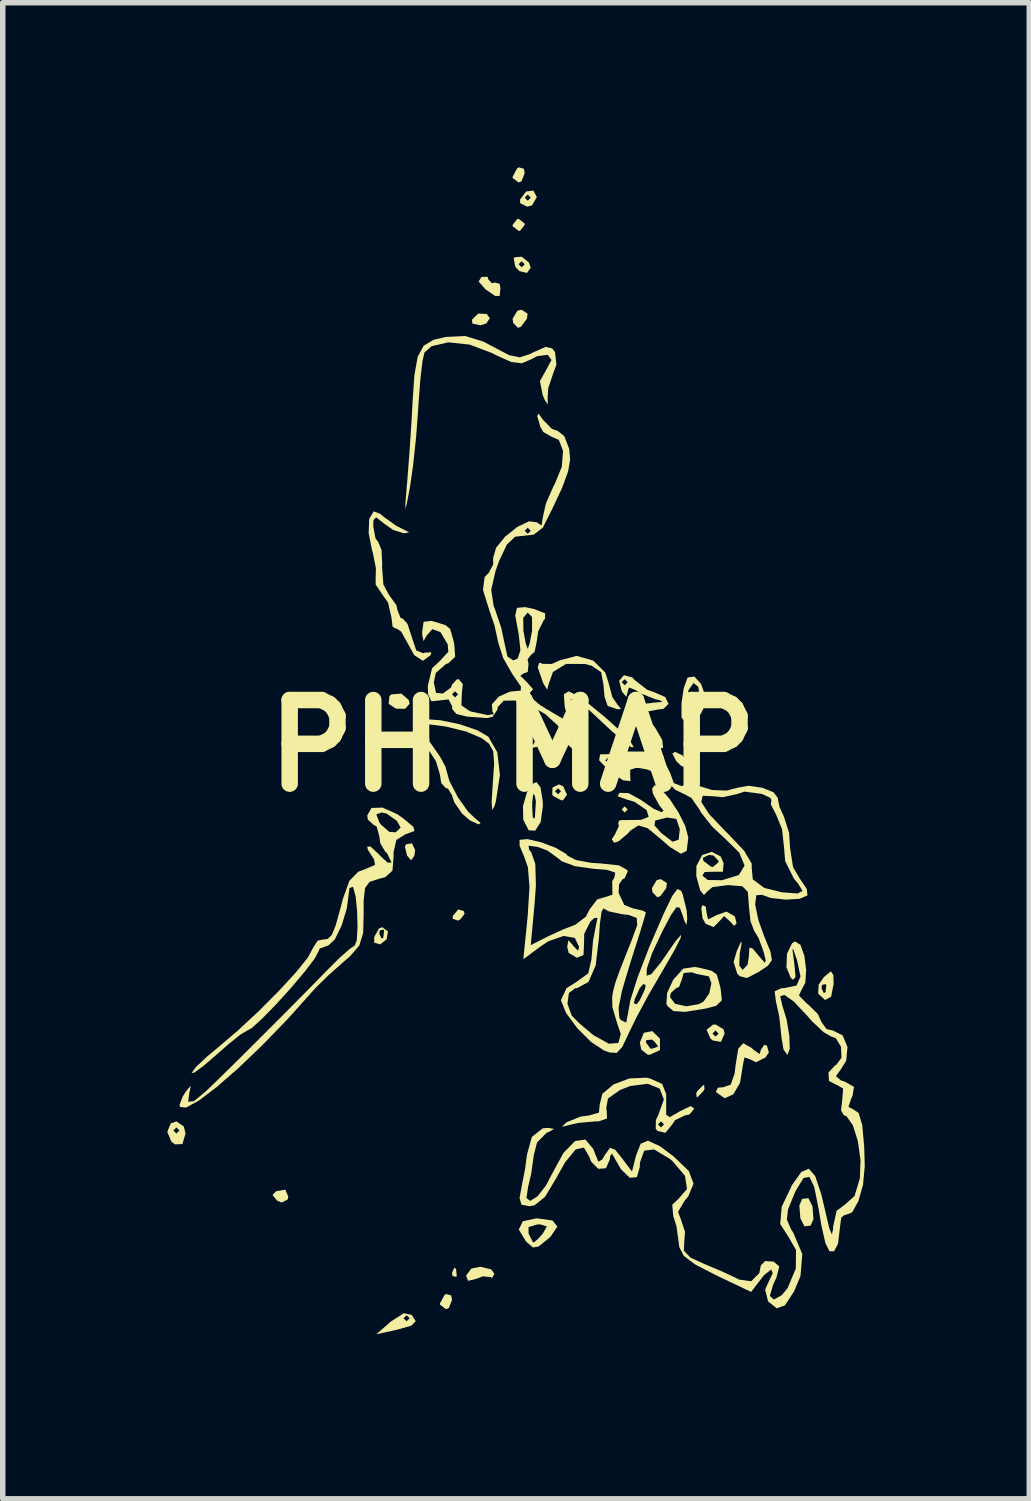
<source format=kicad_pcb>
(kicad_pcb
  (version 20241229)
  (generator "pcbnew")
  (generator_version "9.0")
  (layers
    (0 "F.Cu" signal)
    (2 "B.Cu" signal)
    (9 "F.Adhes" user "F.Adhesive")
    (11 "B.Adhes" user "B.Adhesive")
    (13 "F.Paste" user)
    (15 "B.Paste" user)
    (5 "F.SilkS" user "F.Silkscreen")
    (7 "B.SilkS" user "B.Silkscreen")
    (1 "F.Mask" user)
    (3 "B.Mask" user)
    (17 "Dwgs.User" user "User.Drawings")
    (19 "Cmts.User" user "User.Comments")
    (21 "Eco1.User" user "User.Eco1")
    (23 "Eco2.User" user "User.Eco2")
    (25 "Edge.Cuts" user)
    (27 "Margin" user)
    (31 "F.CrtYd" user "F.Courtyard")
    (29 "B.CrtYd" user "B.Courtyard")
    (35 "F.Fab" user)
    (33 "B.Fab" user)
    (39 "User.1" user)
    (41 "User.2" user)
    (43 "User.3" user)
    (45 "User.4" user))
  (footprint "PH MAP"
    (layer "F.Cu")
    (at 6.295 10.547)
    (property "Reference" "PH MAP" (at 0 0 0) (layer "F.SilkS") (effects (font (size 1.524 1.524) (thickness 0.3))))
    (attr board_only exclude_from_pos_files exclude_from_bom)
    (fp_poly (pts (xy 2.098 1.16) (xy 2.043 1.215) (xy 1.988 1.16) (xy 2.043 1.104)) (stroke (width 0) (type solid)) (fill yes) (layer "F.SilkS"))
    (fp_poly (pts (xy -1.031 9.534) (xy -1.018 9.665) (xy -1.031 9.681) (xy -1.096 9.666) (xy -1.104 9.608) (xy -1.064 9.517)) (stroke (width 0) (type solid)) (fill yes) (layer "F.SilkS"))
    (fp_poly (pts (xy -4.089 8.219) (xy -4.102 8.272) (xy -4.211 8.326) (xy -4.291 8.293) (xy -4.378 8.189) (xy -4.311 8.12) (xy -4.144 8.091)) (stroke (width 0) (type solid)) (fill yes) (layer "F.SilkS"))
    (fp_poly (pts (xy -1.777 1.9) (xy -1.79 2.003) (xy -1.851 2.086) (xy -1.923 2.003) (xy -1.964 1.84) (xy -1.944 1.796) (xy -1.834 1.778)) (stroke (width 0) (type solid)) (fill yes) (layer "F.SilkS"))
    (fp_poly (pts (xy -0.892 3.01) (xy -0.875 3.062) (xy -0.953 3.165) (xy -0.999 3.186) (xy -1.094 3.151) (xy -1.088 3.098) (xy -0.991 2.983)) (stroke (width 0) (type solid)) (fill yes) (layer "F.SilkS"))
    (fp_poly (pts (xy -0.473 -7.873) (xy -0.414 -7.796) (xy -0.481 -7.7) (xy -0.586 -7.667) (xy -0.732 -7.698) (xy -0.742 -7.767) (xy -0.626 -7.881)) (stroke (width 0) (type solid)) (fill yes) (layer "F.SilkS"))
    (fp_poly (pts (xy 3.106 0.179) (xy 3.191 0.317) (xy 3.174 0.397) (xy 3.074 0.367) (xy 2.984 0.279) (xy 2.913 0.14) (xy 2.962 0.11)) (stroke (width 0) (type solid)) (fill yes) (layer "F.SilkS"))
    (fp_poly (pts (xy -1.891 -0.832) (xy -1.877 -0.767) (xy -1.959 -0.676) (xy -2.125 -0.677) (xy -2.259 -0.765) (xy -2.245 -0.907) (xy -2.21 -0.938) (xy -2.027 -0.952)) (stroke (width 0) (type solid)) (fill yes) (layer "F.SilkS"))
    (fp_poly (pts (xy -1.12 10.019) (xy -1.104 10.098) (xy -1.162 10.249) (xy -1.215 10.27) (xy -1.322 10.191) (xy -1.325 10.167) (xy -1.245 10.017) (xy -1.215 9.994)) (stroke (width 0) (type solid)) (fill yes) (layer "F.SilkS"))
    (fp_poly (pts (xy 0.205 -10.521) (xy 0.221 -10.443) (xy 0.163 -10.292) (xy 0.11 -10.27) (xy 0.003 -10.35) (xy 0 -10.374) (xy 0.08 -10.524) (xy 0.11 -10.547)) (stroke (width 0) (type solid)) (fill yes) (layer "F.SilkS"))
    (fp_poly (pts (xy 0.218 -9.524) (xy 0.221 -9.497) (xy 0.137 -9.39) (xy 0.11 -9.387) (xy 0.003 -9.471) (xy 0 -9.497) (xy 0.084 -9.605) (xy 0.11 -9.608)) (stroke (width 0) (type solid)) (fill yes) (layer "F.SilkS"))
    (fp_poly (pts (xy 0.274 -7.878) (xy 0.261 -7.786) (xy 0.152 -7.64) (xy 0.099 -7.62) (xy 0.011 -7.71) (xy 0 -7.786) (xy 0.087 -7.932) (xy 0.162 -7.951)) (stroke (width 0) (type solid)) (fill yes) (layer "F.SilkS"))
    (fp_poly (pts (xy 2.814 2.503) (xy 2.801 2.595) (xy 2.692 2.741) (xy 2.639 2.761) (xy 2.551 2.671) (xy 2.54 2.595) (xy 2.627 2.449) (xy 2.702 2.43)) (stroke (width 0) (type solid)) (fill yes) (layer "F.SilkS"))
    (fp_poly (pts (xy 3.499 6.256) (xy 3.479 6.295) (xy 3.375 6.4) (xy 3.355 6.405) (xy 3.348 6.334) (xy 3.368 6.295) (xy 3.472 6.189) (xy 3.492 6.184)) (stroke (width 0) (type solid)) (fill yes) (layer "F.SilkS"))
    (fp_poly (pts (xy 5.467 8.393) (xy 5.485 8.628) (xy 5.433 8.747) (xy 5.32 8.76) (xy 5.246 8.614) (xy 5.228 8.379) (xy 5.279 8.26) (xy 5.392 8.247)) (stroke (width 0) (type solid)) (fill yes) (layer "F.SilkS"))
    (fp_poly (pts (xy -0.391 9.544) (xy -0.331 9.626) (xy -0.374 9.702) (xy -0.401 9.685) (xy -0.543 9.672) (xy -0.659 9.716) (xy -0.812 9.754) (xy -0.847 9.657) (xy -0.752 9.53) (xy -0.589 9.497)) (stroke (width 0) (type solid)) (fill yes) (layer "F.SilkS"))
    (fp_poly (pts (xy -0.442 -8.503) (xy -0.374 -8.431) (xy -0.331 -8.448) (xy -0.237 -8.423) (xy -0.221 -8.344) (xy -0.236 -8.201) (xy -0.318 -8.202) (xy -0.493 -8.321) (xy -0.619 -8.464) (xy -0.569 -8.548) (xy -0.456 -8.551)) (stroke (width 0) (type solid)) (fill yes) (layer "F.SilkS"))
    (fp_poly (pts (xy 0.442 -10.004) (xy 0.353 -9.851) (xy 0.267 -9.829) (xy 0.138 -9.893) (xy 0.136 -9.96) (xy 0.162 -9.994) (xy 0.221 -9.994) (xy 0.276 -9.939) (xy 0.331 -9.994) (xy 0.276 -10.05) (xy 0.221 -9.994) (xy 0.162 -9.994) (xy 0.246 -10.106) (xy 0.378 -10.124)) (stroke (width 0) (type solid)) (fill yes) (layer "F.SilkS"))
    (fp_poly (pts (xy -5.994 6.939) (xy -5.963 7.068) (xy -6.019 7.26) (xy -6.156 7.266) (xy -6.221 7.215) (xy -6.295 7.038) (xy -6.285 7.013) (xy -6.184 7.013) (xy -6.129 7.068) (xy -6.074 7.013) (xy -6.129 6.957) (xy -6.184 7.013) (xy -6.285 7.013) (xy -6.232 6.884) (xy -6.129 6.847)) (stroke (width 0) (type solid)) (fill yes) (layer "F.SilkS"))
    (fp_poly (pts (xy -1.839 10.375) (xy -1.766 10.489) (xy -1.847 10.571) (xy -2.114 10.647) (xy -2.154 10.656) (xy -2.485 10.728) (xy -2.219 10.495) (xy -2.127 10.436) (xy -1.988 10.436) (xy -1.933 10.491) (xy -1.877 10.436) (xy -1.933 10.381) (xy -1.988 10.436) (xy -2.127 10.436) (xy -1.982 10.344)) (stroke (width 0) (type solid)) (fill yes) (layer "F.SilkS"))
    (fp_poly (pts (xy 0.298 -8.811) (xy 0.331 -8.718) (xy 0.262 -8.621) (xy 0.122 -8.655) (xy 0.051 -8.732) (xy 0.041 -8.78) (xy 0.11 -8.78) (xy 0.166 -8.724) (xy 0.221 -8.78) (xy 0.166 -8.835) (xy 0.11 -8.78) (xy 0.041 -8.78) (xy 0.021 -8.88) (xy 0.037 -8.908) (xy 0.166 -8.917)) (stroke (width 0) (type solid)) (fill yes) (layer "F.SilkS"))
    (fp_poly (pts (xy 0.923 0.739) (xy 0.992 0.891) (xy 0.921 0.99) (xy 0.89 0.994) (xy 0.739 0.914) (xy 0.723 0.891) (xy 0.725 0.828) (xy 0.773 0.828) (xy 0.828 0.883) (xy 0.883 0.828) (xy 0.828 0.773) (xy 0.773 0.828) (xy 0.725 0.828) (xy 0.728 0.76) (xy 0.845 0.703)) (stroke (width 0) (type solid)) (fill yes) (layer "F.SilkS"))
    (fp_poly (pts (xy 3.846 5.168) (xy 3.865 5.246) (xy 3.798 5.398) (xy 3.645 5.37) (xy 3.608 5.338) (xy 3.567 5.246) (xy 3.644 5.246) (xy 3.7 5.301) (xy 3.755 5.246) (xy 3.7 5.19) (xy 3.644 5.246) (xy 3.567 5.246) (xy 3.537 5.176) (xy 3.652 5.084) (xy 3.7 5.08)) (stroke (width 0) (type solid)) (fill yes) (layer "F.SilkS"))
    (fp_poly (pts (xy -2.272 3.384) (xy -2.296 3.526) (xy -2.413 3.62) (xy -2.522 3.588) (xy -2.523 3.486) (xy -2.488 3.423) (xy -2.43 3.423) (xy -2.389 3.514) (xy -2.356 3.497) (xy -2.343 3.366) (xy -2.356 3.35) (xy -2.422 3.365) (xy -2.43 3.423) (xy -2.488 3.423) (xy -2.436 3.33) (xy -2.374 3.307)) (stroke (width 0) (type solid)) (fill yes) (layer "F.SilkS"))
    (fp_poly (pts (xy 3.522 2.932) (xy 3.534 3.032) (xy 3.563 3.164) (xy 3.683 3.106) (xy 3.695 3.096) (xy 3.899 3.022) (xy 4.052 3.11) (xy 4.084 3.237) (xy 4.039 3.282) (xy 3.966 3.203) (xy 3.855 3.103) (xy 3.792 3.175) (xy 3.665 3.305) (xy 3.518 3.243) (xy 3.462 3.143) (xy 3.44 2.958) (xy 3.465 2.903)) (stroke (width 0) (type solid)) (fill yes) (layer "F.SilkS"))
    (fp_poly (pts (xy 5.848 4.177) (xy 5.853 4.339) (xy 5.807 4.574) (xy 5.696 4.634) (xy 5.57 4.517) (xy 5.576 4.417) (xy 5.632 4.417) (xy 5.673 4.508) (xy 5.706 4.491) (xy 5.719 4.36) (xy 5.706 4.344) (xy 5.64 4.359) (xy 5.632 4.417) (xy 5.576 4.417) (xy 5.58 4.355) (xy 5.674 4.217) (xy 5.802 4.111)) (stroke (width 0) (type solid)) (fill yes) (layer "F.SilkS"))
    (fp_poly (pts (xy 0.517 -0.363) (xy 0.552 -0.227) (xy 0.492 0.004) (xy 0.313 0.05) (xy 0.248 0.031) (xy 0.118 -0.103) (xy 0.122 -0.218) (xy 0.248 -0.218) (xy 0.285 -0.096) (xy 0.37 -0.012) (xy 0.418 -0.095) (xy 0.419 -0.268) (xy 0.398 -0.301) (xy 0.292 -0.327) (xy 0.248 -0.218) (xy 0.122 -0.218) (xy 0.125 -0.291) (xy 0.249 -0.426) (xy 0.331 -0.442)) (stroke (width 0) (type solid)) (fill yes) (layer "F.SilkS"))
    (fp_poly (pts (xy 2.682 5.334) (xy 2.686 5.345) (xy 2.687 5.547) (xy 2.505 5.631) (xy 2.466 5.632) (xy 2.347 5.54) (xy 2.319 5.411) (xy 2.322 5.405) (xy 2.43 5.405) (xy 2.51 5.517) (xy 2.54 5.522) (xy 2.648 5.484) (xy 2.65 5.473) (xy 2.573 5.379) (xy 2.54 5.356) (xy 2.438 5.365) (xy 2.43 5.405) (xy 2.322 5.405) (xy 2.392 5.232) (xy 2.546 5.201)) (stroke (width 0) (type solid)) (fill yes) (layer "F.SilkS"))
    (fp_poly (pts (xy 0.51 0.761) (xy 0.549 1.005) (xy 0.552 1.104) (xy 0.511 1.393) (xy 0.411 1.547) (xy 0.293 1.54) (xy 0.195 1.349) (xy 0.189 1.104) (xy 0.357 1.104) (xy 0.368 1.305) (xy 0.397 1.329) (xy 0.407 1.298) (xy 0.425 1.018) (xy 0.407 0.911) (xy 0.375 0.877) (xy 0.358 1.029) (xy 0.357 1.104) (xy 0.189 1.104) (xy 0.189 1.101) (xy 0.261 0.849) (xy 0.379 0.684) (xy 0.438 0.663)) (stroke (width 0) (type solid)) (fill yes) (layer "F.SilkS"))
    (fp_poly (pts (xy 0.728 8.653) (xy 0.816 8.765) (xy 0.695 8.945) (xy 0.656 8.981) (xy 0.474 9.128) (xy 0.372 9.146) (xy 0.256 9.047) (xy 0.243 9.034) (xy 0.113 8.818) (xy 0.135 8.773) (xy 0.291 8.773) (xy 0.291 8.89) (xy 0.363 9.035) (xy 0.385 9.056) (xy 0.47 8.983) (xy 0.552 8.89) (xy 0.624 8.763) (xy 0.508 8.725) (xy 0.459 8.724) (xy 0.291 8.773) (xy 0.135 8.773) (xy 0.186 8.668) (xy 0.435 8.614)) (stroke (width 0) (type solid)) (fill yes) (layer "F.SilkS"))
    (fp_poly (pts (xy 3.436 -1.128) (xy 3.512 -0.913) (xy 3.515 -0.753) (xy 3.43 -0.581) (xy 3.28 -0.462) (xy 3.138 -0.439) (xy 3.08 -0.516) (xy 3.079 -0.777) (xy 3.095 -0.882) (xy 3.179 -0.882) (xy 3.18 -0.626) (xy 3.277 -0.552) (xy 3.389 -0.647) (xy 3.423 -0.822) (xy 3.385 -1.075) (xy 3.299 -1.145) (xy 3.21 -1.02) (xy 3.179 -0.882) (xy 3.095 -0.882) (xy 3.121 -1.056) (xy 3.188 -1.239) (xy 3.195 -1.247) (xy 3.316 -1.262)) (stroke (width 0) (type solid)) (fill yes) (layer "F.SilkS"))
    (fp_poly (pts (xy 4.359 5.509) (xy 4.395 5.544) (xy 4.504 5.619) (xy 4.528 5.537) (xy 4.591 5.45) (xy 4.637 5.466) (xy 4.672 5.589) (xy 4.61 5.682) (xy 4.438 5.769) (xy 4.335 5.718) (xy 4.226 5.681) (xy 4.197 5.83) (xy 4.147 6.143) (xy 4.025 6.353) (xy 3.868 6.425) (xy 3.716 6.32) (xy 3.707 6.307) (xy 3.742 6.233) (xy 3.839 6.224) (xy 3.976 6.177) (xy 4.048 5.975) (xy 4.065 5.825) (xy 4.114 5.522) (xy 4.205 5.422)) (stroke (width 0) (type solid)) (fill yes) (layer "F.SilkS"))
    (fp_poly (pts (xy 1.47 -1.554) (xy 1.689 -1.337) (xy 1.749 -1.151) (xy 1.817 -0.892) (xy 1.915 -0.747) (xy 1.976 -0.675) (xy 1.923 -0.664) (xy 1.746 -0.722) (xy 1.73 -0.736) (xy 1.676 -0.891) (xy 1.657 -1.114) (xy 1.614 -1.343) (xy 1.444 -1.459) (xy 1.321 -1.492) (xy 0.974 -1.493) (xy 0.736 -1.347) (xy 0.655 -1.118) (xy 0.632 -1.023) (xy 0.565 -1.129) (xy 0.552 -1.16) (xy 0.458 -1.43) (xy 0.488 -1.518) (xy 0.548 -1.494) (xy 0.715 -1.493) (xy 0.861 -1.558) (xy 1.168 -1.64)) (stroke (width 0) (type solid)) (fill yes) (layer "F.SilkS"))
    (fp_poly (pts (xy 3.408 4.047) (xy 3.628 4.101) (xy 3.721 4.167) (xy 3.769 4.329) (xy 3.793 4.431) (xy 3.815 4.639) (xy 3.709 4.741) (xy 3.519 4.79) (xy 3.146 4.85) (xy 2.931 4.836) (xy 2.822 4.742) (xy 2.804 4.702) (xy 2.812 4.583) (xy 2.871 4.583) (xy 2.962 4.703) (xy 3.17 4.749) (xy 3.401 4.707) (xy 3.479 4.664) (xy 3.585 4.514) (xy 3.624 4.327) (xy 3.58 4.205) (xy 3.548 4.197) (xy 3.358 4.16) (xy 3.267 4.129) (xy 3.119 4.14) (xy 3.092 4.24) (xy 3.036 4.394) (xy 2.982 4.417) (xy 2.884 4.507) (xy 2.871 4.583) (xy 2.812 4.583) (xy 2.817 4.505) (xy 2.93 4.262) (xy 3.111 4.062) (xy 3.325 4.031)) (stroke (width 0) (type solid)) (fill yes) (layer "F.SilkS"))
    (fp_poly (pts (xy 2.183 -1.246) (xy 2.236 -1.191) (xy 2.454 -1.022) (xy 2.586 -0.976) (xy 2.783 -0.889) (xy 2.843 -0.765) (xy 2.751 -0.674) (xy 2.66 -0.663) (xy 2.466 -0.628) (xy 2.46 -0.51) (xy 2.605 -0.321) (xy 2.729 -0.105) (xy 2.743 0.035) (xy 2.681 0.053) (xy 2.567 -0.106) (xy 2.512 -0.214) (xy 2.372 -0.53) (xy 2.336 -0.698) (xy 2.41 -0.767) (xy 2.568 -0.786) (xy 2.733 -0.801) (xy 2.686 -0.83) (xy 2.595 -0.853) (xy 2.341 -0.953) (xy 2.236 -1.019) (xy 2.12 -1.064) (xy 2.097 -0.98) (xy 2.073 -0.893) (xy 1.991 -0.993) (xy 1.949 -1.16) (xy 1.988 -1.16) (xy 2.043 -1.104) (xy 2.098 -1.16) (xy 2.043 -1.215) (xy 1.988 -1.16) (xy 1.949 -1.16) (xy 1.943 -1.185) (xy 2.03 -1.288)) (stroke (width 0) (type solid)) (fill yes) (layer "F.SilkS"))
    (fp_poly (pts (xy -1.32 -0.467) (xy -0.965 -0.394) (xy -0.642 -0.284) (xy -0.442 -0.166) (xy -0.279 0.118) (xy -0.231 0.532) (xy -0.305 1.014) (xy -0.332 1.104) (xy -0.372 1.167) (xy -0.382 1.026) (xy -0.362 0.702) (xy -0.336 0.322) (xy -0.354 0.096) (xy -0.43 -0.039) (xy -0.565 -0.141) (xy -0.845 -0.26) (xy -1.211 -0.35) (xy -1.303 -0.364) (xy -1.778 -0.422) (xy -1.497 -0.053) (xy -1.321 0.2) (xy -1.222 0.384) (xy -1.215 0.417) (xy -1.151 0.643) (xy -0.998 0.937) (xy -0.813 1.199) (xy -0.683 1.321) (xy -0.583 1.408) (xy -0.618 1.432) (xy -0.779 1.36) (xy -0.922 1.234) (xy -1.064 1.028) (xy -1.104 0.902) (xy -1.178 0.78) (xy -1.215 0.773) (xy -1.301 0.679) (xy -1.325 0.523) (xy -1.398 0.28) (xy -1.577 0.005) (xy -1.614 -0.038) (xy -1.776 -0.257) (xy -1.821 -0.416) (xy -1.808 -0.44) (xy -1.626 -0.488)) (stroke (width 0) (type solid)) (fill yes) (layer "F.SilkS"))
    (fp_poly (pts (xy -2.416 -4.231) (xy -2.344 -4.171) (xy -2.117 -4.009) (xy -1.988 -3.944) (xy -1.886 -3.892) (xy -1.979 -3.874) (xy -2.178 -3.936) (xy -2.338 -4.048) (xy -2.488 -4.166) (xy -2.536 -4.116) (xy -2.54 -3.999) (xy -2.5 -3.785) (xy -2.445 -3.709) (xy -2.389 -3.57) (xy -2.377 -3.307) (xy -2.38 -3.266) (xy -2.356 -2.942) (xy -2.254 -2.753) (xy -2.119 -2.565) (xy -2.098 -2.471) (xy -2.042 -2.333) (xy -2.002 -2.319) (xy -1.916 -2.224) (xy -1.84 -1.992) (xy -1.836 -1.976) (xy -1.755 -1.738) (xy -1.629 -1.688) (xy -1.596 -1.699) (xy -1.482 -1.706) (xy -1.492 -1.655) (xy -1.636 -1.55) (xy -1.794 -1.654) (xy -1.918 -1.879) (xy -2.032 -2.084) (xy -2.125 -2.143) (xy -2.133 -2.137) (xy -2.188 -2.172) (xy -2.209 -2.342) (xy -2.272 -2.614) (xy -2.379 -2.765) (xy -2.497 -2.942) (xy -2.497 -3.045) (xy -2.492 -3.236) (xy -2.549 -3.524) (xy -2.563 -3.569) (xy -2.624 -3.88) (xy -2.615 -4.126) (xy -2.608 -4.147) (xy -2.533 -4.274)) (stroke (width 0) (type solid)) (fill yes) (layer "F.SilkS"))
    (fp_poly (pts (xy 2.507 6.065) (xy 2.727 6.164) (xy 2.8 6.349) (xy 2.8 6.493) (xy 2.8 6.724) (xy 2.864 6.77) (xy 3.045 6.666) (xy 3.049 6.663) (xy 3.247 6.568) (xy 3.313 6.613) (xy 3.224 6.722) (xy 3.144 6.737) (xy 2.96 6.826) (xy 2.911 6.902) (xy 2.786 7.055) (xy 2.641 7.021) (xy 2.609 6.98) (xy 2.611 6.902) (xy 2.65 6.902) (xy 2.706 6.957) (xy 2.761 6.902) (xy 2.706 6.847) (xy 2.65 6.902) (xy 2.611 6.902) (xy 2.613 6.822) (xy 2.656 6.731) (xy 2.758 6.448) (xy 2.682 6.25) (xy 2.465 6.161) (xy 2.142 6.202) (xy 1.956 6.276) (xy 1.739 6.429) (xy 1.707 6.608) (xy 1.715 6.636) (xy 1.722 6.794) (xy 1.57 6.846) (xy 1.507 6.847) (xy 1.205 6.874) (xy 1.031 6.913) (xy 0.9 6.945) (xy 0.963 6.881) (xy 0.994 6.859) (xy 1.241 6.759) (xy 1.398 6.738) (xy 1.575 6.686) (xy 1.587 6.543) (xy 1.636 6.345) (xy 1.839 6.174) (xy 2.128 6.064) (xy 2.438 6.05)) (stroke (width 0) (type solid)) (fill yes) (layer "F.SilkS"))
    (fp_poly (pts (xy 2.714 0.795) (xy 2.869 0.978) (xy 3.025 1.216) (xy 3.147 1.46) (xy 3.202 1.665) (xy 3.203 1.68) (xy 3.174 1.914) (xy 3.07 1.968) (xy 2.869 1.846) (xy 2.716 1.712) (xy 2.464 1.503) (xy 2.294 1.451) (xy 2.148 1.545) (xy 2.098 1.601) (xy 1.932 1.741) (xy 1.85 1.767) (xy 1.809 1.704) (xy 1.863 1.619) (xy 1.938 1.463) (xy 1.935 1.45) (xy 2.586 1.45) (xy 2.708 1.588) (xy 2.917 1.748) (xy 3.028 1.71) (xy 3.048 1.518) (xy 2.984 1.331) (xy 2.814 1.308) (xy 2.601 1.362) (xy 2.586 1.45) (xy 1.935 1.45) (xy 1.924 1.409) (xy 1.951 1.357) (xy 2.008 1.354) (xy 2.343 1.35) (xy 2.481 1.295) (xy 2.445 1.178) (xy 2.435 1.166) (xy 2.221 1.02) (xy 2.063 0.973) (xy 1.915 0.92) (xy 1.947 0.857) (xy 2.112 0.862) (xy 2.339 0.986) (xy 2.351 0.995) (xy 2.57 1.146) (xy 2.717 1.211) (xy 2.752 1.181) (xy 2.673 1.082) (xy 2.557 0.87) (xy 2.544 0.779) (xy 2.595 0.713)) (stroke (width 0) (type solid)) (fill yes) (layer "F.SilkS"))
    (fp_poly (pts (xy -0.529 -7.368) (xy -0.35 -7.273) (xy -0.063 -7.122) (xy 0.13 -7.083) (xy 0.317 -7.142) (xy 0.383 -7.177) (xy 0.603 -7.273) (xy 0.722 -7.245) (xy 0.773 -7.179) (xy 0.8 -6.951) (xy 0.743 -6.798) (xy 0.65 -6.52) (xy 0.639 -6.35) (xy 0.641 -6.225) (xy 0.591 -6.297) (xy 0.549 -6.394) (xy 0.498 -6.649) (xy 0.612 -6.852) (xy 0.71 -7.035) (xy 0.64 -7.129) (xy 0.447 -7.103) (xy 0.335 -7.045) (xy 0.167 -6.974) (xy -0.024 -6.997) (xy -0.312 -7.127) (xy -0.379 -7.162) (xy -0.785 -7.315) (xy -1.172 -7.356) (xy -1.478 -7.285) (xy -1.607 -7.17) (xy -1.642 -7.018) (xy -1.679 -6.705) (xy -1.712 -6.29) (xy -1.72 -6.156) (xy -1.758 -5.641) (xy -1.812 -5.129) (xy -1.869 -4.725) (xy -1.875 -4.693) (xy -1.929 -4.414) (xy -1.954 -4.318) (xy -1.954 -4.417) (xy -1.93 -4.722) (xy -1.918 -4.859) (xy -1.878 -5.38) (xy -1.841 -5.942) (xy -1.825 -6.249) (xy -1.79 -6.76) (xy -1.73 -7.094) (xy -1.622 -7.293) (xy -1.444 -7.401) (xy -1.219 -7.454) (xy -0.862 -7.471)) (stroke (width 0) (type solid)) (fill yes) (layer "F.SilkS"))
    (fp_poly (pts (xy -2.101 1.247) (xy -1.988 1.327) (xy -1.806 1.48) (xy -1.79 1.553) (xy -1.933 1.606) (xy -1.948 1.61) (xy -2.12 1.716) (xy -2.17 1.945) (xy -2.169 2.022) (xy -2.19 2.275) (xy -2.319 2.393) (xy -2.439 2.426) (xy -2.607 2.48) (xy -2.69 2.592) (xy -2.716 2.825) (xy -2.715 3.054) (xy -2.724 3.409) (xy -2.794 3.639) (xy -2.962 3.835) (xy -3.08 3.937) (xy -3.358 4.184) (xy -3.588 4.409) (xy -3.632 4.458) (xy -4.099 4.979) (xy -4.565 5.46) (xy -5.006 5.882) (xy -5.399 6.224) (xy -5.722 6.469) (xy -5.952 6.595) (xy -6.064 6.583) (xy -6.072 6.543) (xy -6.013 6.392) (xy -5.951 6.295) (xy -5.868 6.195) (xy -5.884 6.29) (xy -5.894 6.322) (xy -5.914 6.489) (xy -5.808 6.477) (xy -5.589 6.296) (xy -5.339 6.055) (xy -4.982 5.703) (xy -4.565 5.288) (xy -4.135 4.857) (xy -3.74 4.458) (xy -3.426 4.137) (xy -3.404 4.114) (xy -3.151 3.862) (xy -2.957 3.692) (xy -2.88 3.644) (xy -2.841 3.548) (xy -2.827 3.313) (xy -2.834 3.021) (xy -2.861 2.75) (xy -2.905 2.583) (xy -2.914 2.57) (xy -2.974 2.594) (xy -2.982 2.66) (xy -3.022 2.965) (xy -3.118 3.28) (xy -3.242 3.531) (xy -3.364 3.644) (xy -3.373 3.644) (xy -3.517 3.696) (xy -3.534 3.738) (xy -3.604 3.873) (xy -3.786 4.113) (xy -4.036 4.409) (xy -4.311 4.713) (xy -4.567 4.975) (xy -4.76 5.149) (xy -4.836 5.19) (xy -4.954 5.259) (xy -5.177 5.437) (xy -5.384 5.619) (xy -5.634 5.835) (xy -5.804 5.958) (xy -5.853 5.966) (xy -5.774 5.857) (xy -5.569 5.664) (xy -5.384 5.51) (xy -5.011 5.193) (xy -4.623 4.832) (xy -4.258 4.465) (xy -3.949 4.129) (xy -3.733 3.861) (xy -3.645 3.698) (xy -3.644 3.692) (xy -3.556 3.553) (xy -3.475 3.534) (xy -3.372 3.521) (xy -3.296 3.449) (xy -3.225 3.273) (xy -3.134 2.945) (xy -3.094 2.79) (xy -2.977 2.463) (xy -2.815 2.296) (xy -2.694 2.251) (xy -2.508 2.171) (xy -2.527 2.067) (xy -2.532 2.062) (xy -2.64 1.892) (xy -2.65 1.838) (xy -2.59 1.836) (xy -2.444 1.971) (xy -2.43 1.988) (xy -2.279 2.129) (xy -2.209 2.13) (xy -2.209 2.122) (xy -2.29 1.955) (xy -2.319 1.933) (xy -2.412 1.777) (xy -2.43 1.65) (xy -2.477 1.474) (xy -2.54 1.436) (xy -2.638 1.346) (xy -2.65 1.27) (xy -2.64 1.251) (xy -2.484 1.251) (xy -2.429 1.395) (xy -2.411 1.425) (xy -2.25 1.568) (xy -2.131 1.577) (xy -2.041 1.49) (xy -2.109 1.368) (xy -2.297 1.235) (xy -2.389 1.215) (xy -2.484 1.251) (xy -2.64 1.251) (xy -2.572 1.133) (xy -2.371 1.126)) (stroke (width 0) (type solid)) (fill yes) (layer "F.SilkS"))
    (fp_poly (pts (xy 1.999 0.208) (xy 2.328 0.296) (xy 2.612 0.331) (xy 2.818 0.39) (xy 2.871 0.49) (xy 2.939 0.679) (xy 3.086 0.737) (xy 3.213 0.649) (xy 3.295 0.575) (xy 3.311 0.622) (xy 3.408 0.735) (xy 3.635 0.805) (xy 3.903 0.816) (xy 4.105 0.763) (xy 4.304 0.728) (xy 4.551 0.764) (xy 4.758 0.847) (xy 4.838 0.954) (xy 4.836 0.964) (xy 4.866 1.116) (xy 4.948 1.294) (xy 5.041 1.589) (xy 5.059 1.867) (xy 5.113 2.212) (xy 5.233 2.416) (xy 5.362 2.608) (xy 5.377 2.726) (xy 5.233 2.789) (xy 4.975 2.804) (xy 4.704 2.773) (xy 4.547 2.717) (xy 4.444 2.723) (xy 4.422 2.89) (xy 4.481 3.177) (xy 4.583 3.462) (xy 4.7 3.749) (xy 4.728 3.905) (xy 4.656 4.008) (xy 4.483 4.125) (xy 4.272 4.233) (xy 4.141 4.2) (xy 4.095 4.151) (xy 4.029 3.94) (xy 4.087 3.741) (xy 4.165 3.57) (xy 4.176 3.598) (xy 4.142 3.782) (xy 4.132 4.004) (xy 4.194 4.086) (xy 4.283 3.993) (xy 4.307 3.844) (xy 4.317 3.677) (xy 4.378 3.696) (xy 4.478 3.817) (xy 4.599 3.956) (xy 4.615 3.912) (xy 4.576 3.755) (xy 4.484 3.503) (xy 4.405 3.374) (xy 4.337 3.198) (xy 4.307 2.917) (xy 4.307 2.904) (xy 4.288 2.66) (xy 4.187 2.56) (xy 3.937 2.54) (xy 3.92 2.54) (xy 3.644 2.576) (xy 3.531 2.672) (xy 3.531 2.678) (xy 3.488 2.72) (xy 3.419 2.632) (xy 3.349 2.376) (xy 3.351 2.19) (xy 3.43 2.041) (xy 3.468 2.041) (xy 3.479 2.098) (xy 3.62 2.204) (xy 3.651 2.209) (xy 3.752 2.124) (xy 3.755 2.098) (xy 3.665 2.001) (xy 3.583 1.988) (xy 3.468 2.041) (xy 3.43 2.041) (xy 3.456 1.992) (xy 3.632 1.932) (xy 3.794 2.017) (xy 3.847 2.142) (xy 3.833 2.295) (xy 3.674 2.295) (xy 3.501 2.301) (xy 3.46 2.365) (xy 3.558 2.446) (xy 3.818 2.45) (xy 4.124 2.356) (xy 4.229 2.183) (xy 4.132 1.947) (xy 3.899 1.717) (xy 3.631 1.465) (xy 3.431 1.209) (xy 3.399 1.149) (xy 3.31 1.023) (xy 3.44 1.023) (xy 3.581 1.243) (xy 3.884 1.561) (xy 3.924 1.599) (xy 4.221 1.913) (xy 4.359 2.145) (xy 4.36 2.229) (xy 4.379 2.435) (xy 4.59 2.591) (xy 4.914 2.671) (xy 5.197 2.692) (xy 5.286 2.645) (xy 5.201 2.505) (xy 5.13 2.424) (xy 4.969 2.101) (xy 4.949 1.856) (xy 4.912 1.518) (xy 4.804 1.255) (xy 4.708 1.067) (xy 4.719 0.987) (xy 4.698 0.948) (xy 4.547 0.877) (xy 4.229 0.835) (xy 4.096 0.878) (xy 3.832 0.937) (xy 3.662 0.92) (xy 3.466 0.911) (xy 3.44 1.023) (xy 3.31 1.023) (xy 3.26 0.95) (xy 3.136 0.883) (xy 2.965 0.802) (xy 2.85 0.68) (xy 2.686 0.535) (xy 2.469 0.435) (xy 2.266 0.397) (xy 2.145 0.435) (xy 2.144 0.511) (xy 2.148 0.644) (xy 2.016 0.629) (xy 1.772 0.467) (xy 1.752 0.451) (xy 1.58 0.266) (xy 1.689 0.266) (xy 1.767 0.331) (xy 1.943 0.431) (xy 1.967 0.393) (xy 1.933 0.331) (xy 1.771 0.226) (xy 1.733 0.223) (xy 1.689 0.266) (xy 1.58 0.266) (xy 1.577 0.262) (xy 1.596 0.156) (xy 1.79 0.151)) (stroke (width 0) (type solid)) (fill yes) (layer "F.SilkS"))
    (fp_poly (pts (xy 0.517 1.758) (xy 0.781 1.857) (xy 0.971 1.967) (xy 1.003 2.003) (xy 1.153 2.082) (xy 1.44 2.134) (xy 1.591 2.143) (xy 1.938 2.179) (xy 2.092 2.264) (xy 2.098 2.292) (xy 2.04 2.42) (xy 2.006 2.43) (xy 1.941 2.523) (xy 1.932 2.678) (xy 2.035 2.9) (xy 2.19 2.962) (xy 2.379 3.006) (xy 2.43 3.038) (xy 2.398 3.154) (xy 2.314 3.43) (xy 2.192 3.813) (xy 2.14 3.977) (xy 1.995 4.462) (xy 1.932 4.777) (xy 1.946 4.956) (xy 1.974 5) (xy 2.072 5.047) (xy 2.098 4.907) (xy 2.137 4.693) (xy 2.212 4.693) (xy 2.258 4.713) (xy 2.319 4.638) (xy 2.413 4.437) (xy 2.426 4.362) (xy 2.381 4.342) (xy 2.319 4.417) (xy 2.226 4.619) (xy 2.212 4.693) (xy 2.137 4.693) (xy 2.146 4.64) (xy 2.281 4.216) (xy 2.488 3.677) (xy 2.753 3.064) (xy 2.765 3.038) (xy 2.912 2.734) (xy 3.005 2.611) (xy 3.071 2.641) (xy 3.101 2.707) (xy 3.173 3) (xy 3.184 3.147) (xy 3.17 3.266) (xy 3.128 3.181) (xy 3.101 3.092) (xy 3.049 2.953) (xy 2.989 2.941) (xy 2.89 3.081) (xy 2.725 3.392) (xy 2.54 3.788) (xy 2.447 4.061) (xy 2.443 4.192) (xy 2.529 4.162) (xy 2.701 3.952) (xy 2.761 3.865) (xy 2.969 3.565) (xy 3.07 3.447) (xy 3.066 3.498) (xy 2.961 3.708) (xy 2.755 4.066) (xy 2.702 4.156) (xy 2.467 4.562) (xy 2.253 4.961) (xy 2.128 5.218) (xy 2 5.489) (xy 1.898 5.599) (xy 1.765 5.59) (xy 1.665 5.553) (xy 1.428 5.397) (xy 1.177 5.145) (xy 0.975 4.87) (xy 0.907 4.703) (xy 1 4.703) (xy 1.078 4.918) (xy 1.078 4.918) (xy 1.216 5.058) (xy 1.446 5.252) (xy 1.482 5.28) (xy 1.755 5.431) (xy 1.929 5.416) (xy 1.972 5.253) (xy 1.905 5.055) (xy 1.82 4.77) (xy 1.814 4.583) (xy 1.838 4.448) (xy 1.879 4.301) (xy 1.957 4.085) (xy 2.091 3.745) (xy 2.171 3.545) (xy 2.272 3.27) (xy 2.263 3.138) (xy 2.121 3.084) (xy 1.981 3.067) (xy 1.753 3.017) (xy 1.657 2.965) (xy 1.622 3.023) (xy 1.591 3.249) (xy 1.574 3.505) (xy 1.515 4.004) (xy 1.384 4.304) (xy 1.179 4.416) (xy 1.146 4.417) (xy 1.027 4.505) (xy 1 4.703) (xy 0.907 4.703) (xy 0.884 4.646) (xy 0.883 4.632) (xy 0.984 4.417) (xy 1.16 4.307) (xy 1.379 4.148) (xy 1.437 3.896) (xy 1.466 3.553) (xy 1.511 3.319) (xy 1.547 3.138) (xy 1.491 3.139) (xy 1.418 3.203) (xy 1.306 3.427) (xy 1.302 3.611) (xy 1.293 3.814) (xy 1.172 3.865) (xy 1.023 3.775) (xy 0.996 3.672) (xy 1.014 3.544) (xy 1.091 3.623) (xy 1.104 3.644) (xy 1.193 3.737) (xy 1.213 3.668) (xy 1.135 3.502) (xy 0.931 3.466) (xy 0.655 3.562) (xy 0.532 3.642) (xy 0.196 3.89) (xy 0.276 3.093) (xy 0.308 2.57) (xy 0.279 2.216) (xy 0.215 2.031) (xy 0.128 1.821) (xy 0.291 1.821) (xy 0.3 1.892) (xy 0.341 1.944) (xy 0.414 2.153) (xy 0.425 2.541) (xy 0.402 2.869) (xy 0.331 3.634) (xy 0.635 3.479) (xy 0.924 3.346) (xy 1.142 3.263) (xy 1.338 3.113) (xy 1.404 2.981) (xy 1.544 2.799) (xy 1.676 2.761) (xy 1.82 2.715) (xy 1.819 2.646) (xy 1.816 2.47) (xy 1.857 2.397) (xy 1.871 2.31) (xy 1.714 2.26) (xy 1.468 2.241) (xy 1.137 2.194) (xy 0.895 2.104) (xy 0.844 2.061) (xy 0.638 1.911) (xy 0.463 1.845) (xy 0.291 1.821) (xy 0.128 1.821) (xy 0.128 1.82) (xy 0.127 1.714) (xy 0.269 1.7)) (stroke (width 0) (type solid)) (fill yes) (layer "F.SilkS"))
    (fp_poly (pts (xy 0.561 -5.936) (xy 0.719 -5.776) (xy 0.82 -5.743) (xy 0.942 -5.647) (xy 1.031 -5.417) (xy 1.032 -5.415) (xy 1.049 -5.221) (xy 1.012 -5.001) (xy 0.905 -4.708) (xy 0.712 -4.297) (xy 0.55 -3.976) (xy 0.384 -3.85) (xy 0.244 -3.834) (xy 0.048 -3.813) (xy -0.104 -3.67) (xy -0.247 -3.367) (xy -0.311 -3.188) (xy -0.39 -2.842) (xy -0.345 -2.551) (xy -0.314 -2.47) (xy -0.206 -2.149) (xy -0.152 -1.892) (xy -0.093 -1.627) (xy 0.013 -1.557) (xy 0.092 -1.59) (xy 0.143 -1.741) (xy 0.111 -2.04) (xy 0.105 -2.067) (xy 0.056 -2.333) (xy 0.194 -2.333) (xy 0.197 -2.098) (xy 0.24 -1.866) (xy 0.276 -1.767) (xy 0.276 -1.767) (xy 0.311 -1.862) (xy 0.354 -2.093) (xy 0.355 -2.098) (xy 0.354 -2.348) (xy 0.276 -2.43) (xy 0.194 -2.333) (xy 0.056 -2.333) (xy 0.048 -2.376) (xy 0.08 -2.516) (xy 0.232 -2.529) (xy 0.397 -2.492) (xy 0.593 -2.415) (xy 0.592 -2.317) (xy 0.568 -2.291) (xy 0.466 -2.085) (xy 0.442 -1.911) (xy 0.402 -1.714) (xy 0.335 -1.657) (xy 0.274 -1.576) (xy 0.291 -1.491) (xy 0.276 -1.346) (xy 0.205 -1.322) (xy 0.141 -1.279) (xy 0.254 -1.167) (xy 0.374 -1.032) (xy 0.319 -0.971) (xy 0.321 -0.897) (xy 0.48 -0.759) (xy 0.602 -0.68) (xy 1.02 -0.434) (xy 0.95 -0.714) (xy 0.935 -0.938) (xy 1.02 -0.994) (xy 1.164 -0.926) (xy 1.404 -0.753) (xy 1.684 -0.523) (xy 1.949 -0.285) (xy 2.143 -0.085) (xy 2.209 0.023) (xy 2.164 0.026) (xy 2.018 -0.083) (xy 1.752 -0.319) (xy 1.377 -0.67) (xy 1.154 -0.85) (xy 1.058 -0.853) (xy 1.097 -0.684) (xy 1.157 -0.558) (xy 1.275 -0.28) (xy 1.325 -0.063) (xy 1.325 -0.061) (xy 1.263 0.089) (xy 1.127 0.092) (xy 0.994 -0.037) (xy 0.953 -0.138) (xy 0.873 -0.283) (xy 1.031 -0.283) (xy 1.06 -0.177) (xy 1.144 -0.046) (xy 1.187 -0.046) (xy 1.2 -0.181) (xy 1.171 -0.287) (xy 1.087 -0.417) (xy 1.044 -0.418) (xy 1.031 -0.283) (xy 0.873 -0.283) (xy 0.824 -0.371) (xy 0.596 -0.578) (xy 0.321 -0.737) (xy 0.051 -0.826) (xy -0.164 -0.822) (xy -0.272 -0.705) (xy -0.276 -0.661) (xy -0.366 -0.527) (xy -0.469 -0.506) (xy -0.834 -0.533) (xy -1.027 -0.582) (xy -1.099 -0.669) (xy -1.104 -0.725) (xy -1.167 -0.846) (xy -1.325 -0.828) (xy -1.48 -0.812) (xy -1.539 -0.935) (xy -1.54 -0.939) (xy -1.104 -0.939) (xy -1.049 -0.883) (xy -0.994 -0.939) (xy -1.049 -0.994) (xy -1.104 -0.939) (xy -1.54 -0.939) (xy -1.546 -1.093) (xy -1.468 -1.414) (xy -1.329 -1.544) (xy -1.172 -1.714) (xy -1.183 -1.851) (xy -1.316 -2.074) (xy -1.462 -2.127) (xy -1.566 -2.011) (xy -1.623 -1.909) (xy -1.646 -2.01) (xy -1.649 -2.078) (xy -1.622 -2.261) (xy -1.481 -2.278) (xy -1.408 -2.258) (xy -1.22 -2.199) (xy -1.138 -2.129) (xy -1.09 -1.965) (xy -1.064 -1.857) (xy -1.047 -1.624) (xy -1.166 -1.508) (xy -1.215 -1.491) (xy -1.4 -1.329) (xy -1.436 -1.156) (xy -1.396 -0.964) (xy -1.27 -0.954) (xy -1.124 -1.062) (xy -1.104 -1.116) (xy -1.018 -1.21) (xy -0.982 -1.215) (xy -0.908 -1.125) (xy -0.926 -0.951) (xy -0.933 -0.737) (xy -0.778 -0.631) (xy -0.744 -0.622) (xy -0.452 -0.56) (xy -0.341 -0.578) (xy -0.367 -0.625) (xy -0.378 -0.756) (xy -0.25 -0.898) (xy -0.05 -0.987) (xy 0.017 -0.994) (xy 0.148 -1.006) (xy 0.152 -1.08) (xy 0.025 -1.267) (xy -0.002 -1.304) (xy -0.171 -1.599) (xy -0.261 -1.879) (xy -0.262 -1.884) (xy -0.329 -2.192) (xy -0.422 -2.464) (xy -0.54 -2.842) (xy -0.51 -3.077) (xy -0.436 -3.151) (xy -0.354 -3.306) (xy -0.354 -3.428) (xy -0.301 -3.612) (xy -0.135 -3.815) (xy -0.002 -3.92) (xy 0.221 -3.92) (xy 0.276 -3.865) (xy 0.331 -3.92) (xy 0.276 -3.976) (xy 0.221 -3.92) (xy -0.002 -3.92) (xy 0.086 -3.991) (xy 0.301 -4.093) (xy 0.449 -4.074) (xy 0.461 -4.058) (xy 0.53 -4.019) (xy 0.55 -4.163) (xy 0.607 -4.417) (xy 0.743 -4.727) (xy 0.769 -4.773) (xy 0.897 -5.088) (xy 0.92 -5.377) (xy 0.843 -5.578) (xy 0.717 -5.632) (xy 0.56 -5.721) (xy 0.509 -5.807) (xy 0.448 -6.013) (xy 0.474 -6.055)) (stroke (width 0) (type solid)) (fill yes) (layer "F.SilkS"))
    (fp_poly (pts (xy 5.247 3.627) (xy 5.319 3.827) (xy 5.352 4.085) (xy 5.336 4.32) (xy 5.27 4.445) (xy 5.22 4.551) (xy 5.361 4.696) (xy 5.384 4.712) (xy 5.568 4.892) (xy 5.632 5.038) (xy 5.724 5.164) (xy 5.84 5.19) (xy 6.018 5.28) (xy 6.105 5.492) (xy 6.082 5.74) (xy 5.99 5.89) (xy 5.894 6.022) (xy 5.987 6.1) (xy 6.062 6.125) (xy 6.224 6.218) (xy 6.198 6.378) (xy 6.18 6.413) (xy 6.123 6.582) (xy 6.208 6.626) (xy 6.308 6.693) (xy 6.374 6.91) (xy 6.41 7.304) (xy 6.42 7.664) (xy 6.389 8.001) (xy 6.304 8.301) (xy 6.19 8.505) (xy 6.069 8.554) (xy 6.057 8.548) (xy 5.992 8.601) (xy 5.964 8.808) (xy 5.963 8.822) (xy 5.933 9.077) (xy 5.861 9.216) (xy 5.776 9.213) (xy 5.703 9.066) (xy 5.63 8.747) (xy 5.58 8.446) (xy 5.5 8.045) (xy 5.411 7.858) (xy 5.303 7.88) (xy 5.167 8.103) (xy 5.139 8.164) (xy 5.021 8.453) (xy 5.001 8.638) (xy 5.076 8.813) (xy 5.12 8.882) (xy 5.282 9.268) (xy 5.248 9.669) (xy 5.132 9.945) (xy 4.965 10.201) (xy 4.816 10.255) (xy 4.658 10.129) (xy 4.604 9.914) (xy 4.643 9.825) (xy 4.742 9.616) (xy 4.716 9.546) (xy 4.588 9.647) (xy 4.546 9.699) (xy 4.348 9.956) (xy 3.693 9.644) (xy 3.325 9.453) (xy 3.121 9.298) (xy 3.039 9.14) (xy 3.029 9.056) (xy 2.986 8.75) (xy 2.929 8.573) (xy 2.911 8.366) (xy 3.02 8.263) (xy 3.18 8.079) (xy 3.142 7.838) (xy 2.912 7.568) (xy 2.866 7.53) (xy 2.58 7.358) (xy 2.399 7.381) (xy 2.322 7.597) (xy 2.319 7.678) (xy 2.266 7.864) (xy 2.137 7.875) (xy 1.976 7.72) (xy 1.899 7.586) (xy 1.812 7.435) (xy 1.778 7.48) (xy 1.774 7.537) (xy 1.703 7.701) (xy 1.562 7.712) (xy 1.43 7.577) (xy 1.401 7.498) (xy 1.3 7.324) (xy 1.148 7.359) (xy 0.954 7.598) (xy 0.799 7.876) (xy 0.592 8.222) (xy 0.4 8.377) (xy 0.312 8.393) (xy 0.162 8.366) (xy 0.127 8.243) (xy 0.165 8.034) (xy 0.228 7.712) (xy 0.262 7.454) (xy 0.351 7.13) (xy 0.548 6.974) (xy 0.642 6.965) (xy 0.756 6.983) (xy 0.669 7.035) (xy 0.62 7.055) (xy 0.445 7.233) (xy 0.386 7.466) (xy 0.34 7.798) (xy 0.283 8.039) (xy 0.253 8.245) (xy 0.323 8.296) (xy 0.454 8.213) (xy 0.609 8.015) (xy 0.714 7.813) (xy 0.928 7.42) (xy 1.139 7.205) (xy 1.327 7.178) (xy 1.471 7.349) (xy 1.497 7.417) (xy 1.563 7.581) (xy 1.632 7.544) (xy 1.684 7.456) (xy 1.776 7.329) (xy 1.869 7.363) (xy 1.987 7.508) (xy 2.177 7.761) (xy 2.25 7.469) (xy 2.335 7.254) (xy 2.468 7.198) (xy 2.687 7.299) (xy 2.932 7.482) (xy 3.213 7.752) (xy 3.299 7.981) (xy 3.203 8.214) (xy 3.132 8.299) (xy 3.017 8.496) (xy 3.072 8.645) (xy 3.144 8.861) (xy 3.13 9.034) (xy 3.123 9.205) (xy 3.244 9.331) (xy 3.493 9.445) (xy 3.82 9.583) (xy 4.088 9.709) (xy 4.128 9.731) (xy 4.349 9.761) (xy 4.498 9.613) (xy 4.526 9.47) (xy 4.606 9.393) (xy 4.758 9.403) (xy 4.857 9.486) (xy 4.859 9.505) (xy 4.811 9.692) (xy 4.748 9.829) (xy 4.69 10.029) (xy 4.762 10.095) (xy 4.908 10.015) (xy 5.013 9.887) (xy 5.163 9.53) (xy 5.167 9.191) (xy 5.025 8.945) (xy 4.879 8.718) (xy 4.906 8.404) (xy 5.095 8.006) (xy 5.265 7.768) (xy 5.401 7.71) (xy 5.517 7.844) (xy 5.629 8.18) (xy 5.698 8.473) (xy 5.773 8.794) (xy 5.82 8.906) (xy 5.842 8.818) (xy 5.844 8.765) (xy 5.907 8.477) (xy 6.057 8.365) (xy 6.234 8.207) (xy 6.331 7.884) (xy 6.343 7.554) (xy 6.295 7.209) (xy 6.204 6.919) (xy 6.088 6.753) (xy 6.04 6.737) (xy 5.988 6.646) (xy 6.009 6.46) (xy 6.026 6.248) (xy 5.916 6.184) (xy 5.91 6.184) (xy 5.769 6.111) (xy 5.758 5.958) (xy 5.881 5.824) (xy 5.9 5.816) (xy 5.996 5.686) (xy 5.987 5.486) (xy 5.892 5.329) (xy 5.812 5.301) (xy 5.671 5.222) (xy 5.461 5.024) (xy 5.364 4.914) (xy 5.125 4.661) (xy 4.955 4.541) (xy 4.879 4.566) (xy 4.914 4.721) (xy 4.996 4.993) (xy 5.045 5.286) (xy 5.053 5.524) (xy 5.012 5.631) (xy 5.006 5.632) (xy 4.939 5.535) (xy 4.899 5.3) (xy 4.898 5.273) (xy 4.861 4.934) (xy 4.802 4.666) (xy 4.777 4.477) (xy 4.899 4.419) (xy 4.95 4.417) (xy 5.177 4.37) (xy 5.249 4.205) (xy 5.186 3.911) (xy 5.118 3.712) (xy 5.101 3.709) (xy 5.128 3.912) (xy 5.137 3.972) (xy 5.158 4.215) (xy 5.113 4.265) (xy 5.073 4.233) (xy 4.992 4.039) (xy 5.003 3.791) (xy 5.093 3.601) (xy 5.148 3.566)) (stroke (width 0) (type solid)) (fill yes) (layer "F.SilkS")))
  (gr_rect
    (start -3 -3)
    (end 15.715 24.274)
    (stroke (width 0.1) (type default))
    (fill no)
    (layer "Edge.Cuts")))
</source>
